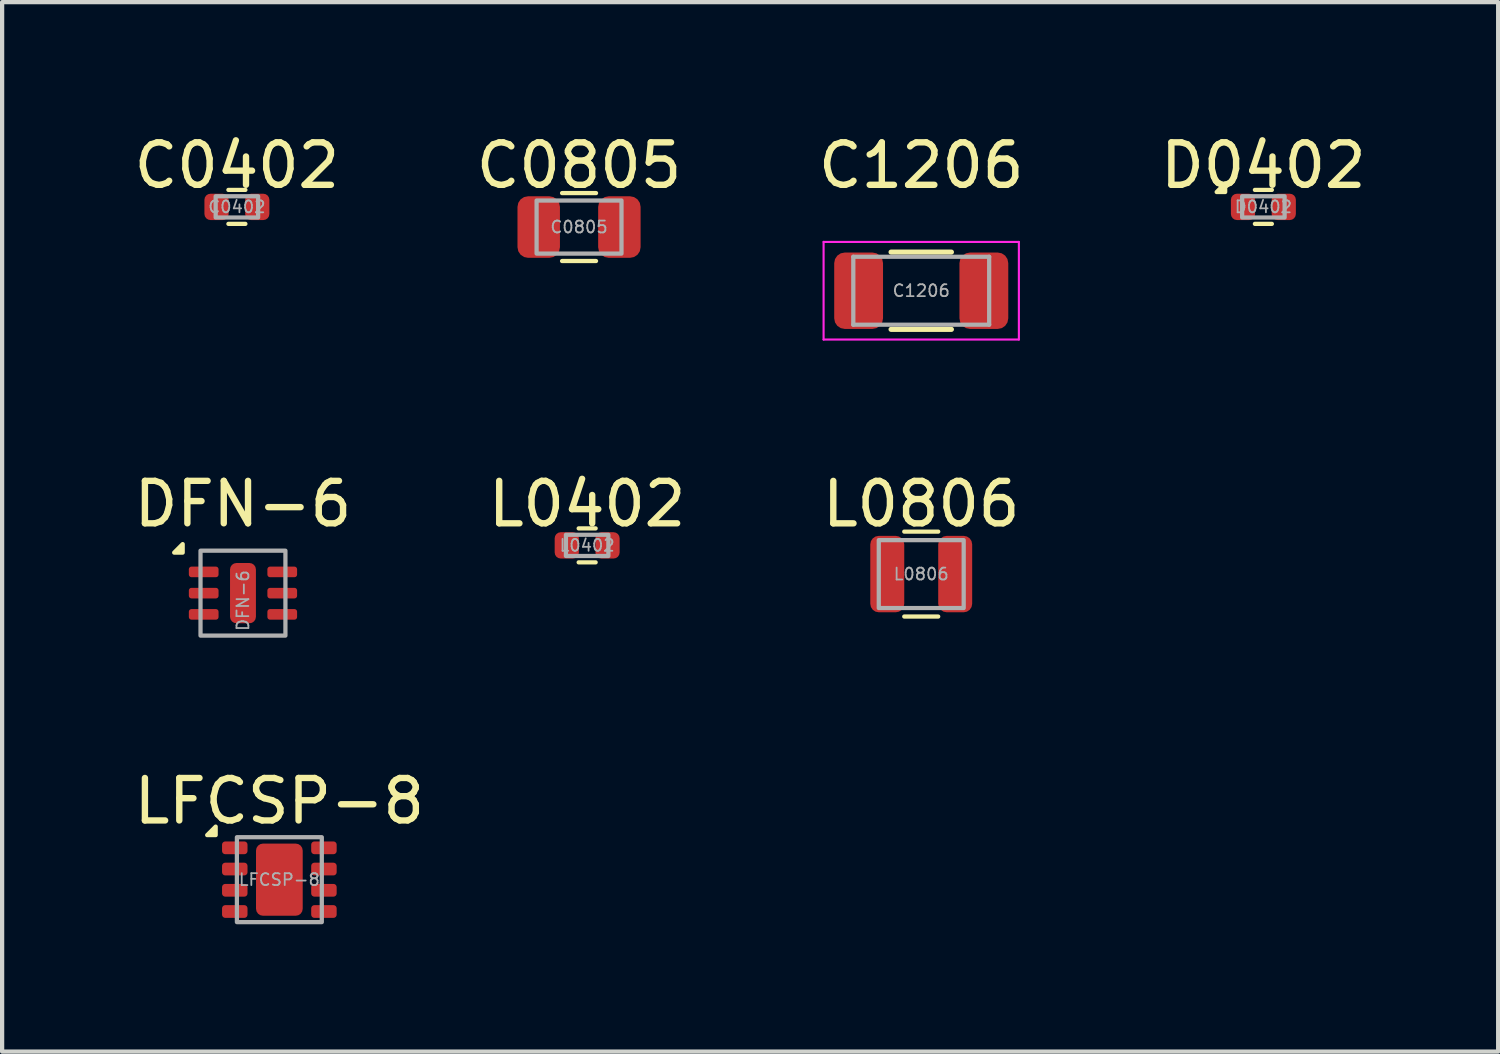
<source format=kicad_pcb>
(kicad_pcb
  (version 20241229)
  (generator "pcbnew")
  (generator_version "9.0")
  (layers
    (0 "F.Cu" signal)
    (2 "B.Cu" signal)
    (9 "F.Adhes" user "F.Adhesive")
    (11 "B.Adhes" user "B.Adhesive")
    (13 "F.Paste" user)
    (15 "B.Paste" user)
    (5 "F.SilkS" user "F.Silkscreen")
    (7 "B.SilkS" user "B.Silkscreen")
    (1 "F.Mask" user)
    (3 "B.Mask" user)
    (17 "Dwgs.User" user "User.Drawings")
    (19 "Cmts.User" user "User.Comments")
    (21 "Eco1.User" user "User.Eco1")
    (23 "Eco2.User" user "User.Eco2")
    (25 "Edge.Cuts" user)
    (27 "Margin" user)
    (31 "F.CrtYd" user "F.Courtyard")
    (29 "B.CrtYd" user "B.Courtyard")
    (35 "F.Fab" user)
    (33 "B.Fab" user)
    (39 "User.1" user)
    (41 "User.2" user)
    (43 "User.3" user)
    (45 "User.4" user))
  (footprint "L0402"
    (layer "F.Cu")
    (at 10.78 9.796)
    (property "Reference" "L0402" (at 0 -0.975 0) (unlocked yes) (layer "F.SilkS") (effects (font (size 1 1) (thickness 0.15))))
    (attr smd)
    (fp_line (start -0.2 -0.4) (end 0.2 -0.4) (stroke (width 0.1) (type default)) (layer "F.SilkS"))
    (fp_line (start -0.2 0.4) (end 0.2 0.4) (stroke (width 0.1) (type default)) (layer "F.SilkS"))
    (fp_rect (start -0.5 -0.25) (end 0.5 0.25) (stroke (width 0.1) (type solid)) (fill no) (layer "F.Fab"))
    (fp_text user "${REFERENCE}" (at 0 0 0) (unlocked yes) (layer "F.Fab") (effects (font (size 0.28 0.28) (thickness 0.042))))
    (pad "1" smd roundrect (at -0.48 0) (size 0.57 0.62) (layers "F.Cu" "F.Mask" "F.Paste") (roundrect_rratio 0.25))
    (pad "2" smd roundrect (at 0.48 0) (size 0.57 0.62) (layers "F.Cu" "F.Mask" "F.Paste") (roundrect_rratio 0.25)))
  (footprint "C0805"
    (layer "F.Cu")
    (at 10.589 2.298)
    (property "Reference" "C0805" (at 0 -1.45 0) (unlocked yes) (layer "F.SilkS") (effects (font (size 1 1) (thickness 0.15))))
    (attr smd)
    (fp_line (start 0.4 -0.8) (end -0.4 -0.8) (stroke (width 0.1) (type default)) (layer "F.SilkS"))
    (fp_line (start 0.4 0.8) (end -0.4 0.8) (stroke (width 0.1) (type default)) (layer "F.SilkS"))
    (fp_rect (start -1 -0.625) (end 1 0.625) (stroke (width 0.1) (type solid)) (fill no) (layer "F.Fab"))
    (fp_text user "${REFERENCE}" (at 0 0 0) (unlocked yes) (layer "F.Fab") (effects (font (size 0.28 0.28) (thickness 0.042))))
    (pad "1" smd roundrect (at -0.95 0) (size 1 1.45) (layers "F.Cu" "F.Mask" "F.Paste") (roundrect_rratio 0.25))
    (pad "2" smd roundrect (at 0.95 0) (size 1 1.45) (layers "F.Cu" "F.Mask" "F.Paste") (roundrect_rratio 0.25)))
  (footprint "C1206"
    (layer "F.Cu")
    (at 18.649 3.798)
    (property "Reference" "C1206" (at 0 -2.95 0) (unlocked yes) (layer "F.SilkS") (effects (font (size 1 1) (thickness 0.15))))
    (attr smd)
    (fp_line (start -0.711 -0.91) (end 0.711 -0.91) (stroke (width 0.12) (type solid)) (layer "F.SilkS"))
    (fp_line (start -0.711 0.91) (end 0.711 0.91) (stroke (width 0.12) (type solid)) (layer "F.SilkS"))
    (fp_line (start -2.3 -1.15) (end 2.3 -1.15) (stroke (width 0.05) (type solid)) (layer "F.CrtYd"))
    (fp_line (start -2.3 1.15) (end -2.3 -1.15) (stroke (width 0.05) (type solid)) (layer "F.CrtYd"))
    (fp_line (start 2.3 -1.15) (end 2.3 1.15) (stroke (width 0.05) (type solid)) (layer "F.CrtYd"))
    (fp_line (start 2.3 1.15) (end -2.3 1.15) (stroke (width 0.05) (type solid)) (layer "F.CrtYd"))
    (fp_line (start -1.6 -0.8) (end 1.6 -0.8) (stroke (width 0.1) (type solid)) (layer "F.Fab"))
    (fp_line (start -1.6 0.8) (end -1.6 -0.8) (stroke (width 0.1) (type solid)) (layer "F.Fab"))
    (fp_line (start 1.6 -0.8) (end 1.6 0.8) (stroke (width 0.1) (type solid)) (layer "F.Fab"))
    (fp_line (start 1.6 0.8) (end -1.6 0.8) (stroke (width 0.1) (type solid)) (layer "F.Fab"))
    (fp_text user "${REFERENCE}" (at 0 0 0) (unlocked yes) (layer "F.Fab") (effects (font (size 0.28 0.28) (thickness 0.042))))
    (pad "1" smd roundrect (at -1.475 0) (size 1.15 1.8) (layers "F.Cu" "F.Mask" "F.Paste") (roundrect_rratio 0.217))
    (pad "2" smd roundrect (at 1.475 0) (size 1.15 1.8) (layers "F.Cu" "F.Mask" "F.Paste") (roundrect_rratio 0.217)))
  (footprint "D0402"
    (layer "F.Cu")
    (at 26.708 1.823)
    (property "Reference" "D0402" (at 0 -0.975 0) (unlocked yes) (layer "F.SilkS") (effects (font (size 1 1) (thickness 0.15))))
    (attr smd)
    (fp_line (start -0.2 -0.4) (end 0.2 -0.4) (stroke (width 0.1) (type default)) (layer "F.SilkS"))
    (fp_line (start -0.2 0.4) (end 0.2 0.4) (stroke (width 0.1) (type default)) (layer "F.SilkS"))
    (fp_poly (pts (xy -0.9 -0.35) (xy -0.9 -0.55) (xy -1.1 -0.35)) (stroke (width 0.1) (type solid)) (fill yes) (layer "F.SilkS"))
    (fp_rect (start -0.5 -0.25) (end 0.5 0.25) (stroke (width 0.1) (type solid)) (fill no) (layer "F.Fab"))
    (fp_text user "${REFERENCE}" (at 0 0 0) (unlocked yes) (layer "F.Fab") (effects (font (size 0.28 0.28) (thickness 0.042))))
    (pad "1" smd roundrect (at -0.48 0) (size 0.57 0.62) (layers "F.Cu" "F.Mask" "F.Paste") (roundrect_rratio 0.25))
    (pad "2" smd roundrect (at 0.48 0) (size 0.57 0.62) (layers "F.Cu" "F.Mask" "F.Paste") (roundrect_rratio 0.25)))
  (footprint "DFN-6"
    (layer "F.Cu")
    (at 2.673 10.921)
    (property "Reference" "DFN-6" (at 0 -2.1 0) (unlocked yes) (layer "F.SilkS") (effects (font (size 1 1) (thickness 0.15))))
    (attr smd)
    (fp_poly (pts (xy -1.42 -0.955) (xy -1.42 -1.155) (xy -1.62 -0.955)) (stroke (width 0.1) (type solid)) (fill yes) (layer "F.SilkS"))
    (fp_rect (start -1 -1) (end 1 1) (stroke (width 0.1) (type solid)) (fill no) (layer "F.Fab"))
    (fp_text user "${REFERENCE}" (at 0 0.175 90) (unlocked yes) (layer "F.Fab") (effects (font (size 0.28 0.28) (thickness 0.042))))
    (pad "1" smd roundrect (at -0.925 -0.5) (size 0.7 0.25) (layers "F.Cu" "F.Mask" "F.Paste") (roundrect_rratio 0.25))
    (pad "2" smd roundrect (at -0.925 0) (size 0.7 0.25) (layers "F.Cu" "F.Mask" "F.Paste") (roundrect_rratio 0.25))
    (pad "3" smd roundrect (at -0.925 0.5) (size 0.7 0.25) (layers "F.Cu" "F.Mask" "F.Paste") (roundrect_rratio 0.25))
    (pad "3" smd roundrect (at 0 0) (size 0.61 1.42) (layers "F.Cu" "F.Mask" "F.Paste") (roundrect_rratio 0.25))
    (pad "4" smd roundrect (at 0.925 0.5) (size 0.7 0.25) (layers "F.Cu" "F.Mask" "F.Paste") (roundrect_rratio 0.25))
    (pad "5" smd roundrect (at 0.925 0) (size 0.7 0.25) (layers "F.Cu" "F.Mask" "F.Paste") (roundrect_rratio 0.25))
    (pad "6" smd roundrect (at 0.925 -0.5) (size 0.7 0.25) (layers "F.Cu" "F.Mask" "F.Paste") (roundrect_rratio 0.25)))
  (footprint "LFCSP-8"
    (layer "F.Cu")
    (at 3.53 17.67)
    (property "Reference" "LFCSP-8" (at 0 -1.85 0) (unlocked yes) (layer "F.SilkS") (effects (font (size 1 1) (thickness 0.15))))
    (attr smd)
    (fp_poly (pts (xy -1.5 -1.05) (xy -1.5 -1.25) (xy -1.7 -1.05)) (stroke (width 0.1) (type solid)) (fill yes) (layer "F.SilkS"))
    (fp_rect (start -1 -1) (end 1 1) (stroke (width 0.1) (type solid)) (fill no) (layer "F.Fab"))
    (fp_text user "${REFERENCE}" (at 0 0 0) (unlocked yes) (layer "F.Fab") (effects (font (size 0.28 0.28) (thickness 0.042))))
    (pad "1" smd roundrect (at -1.05 -0.75) (size 0.6 0.3) (layers "F.Cu" "F.Mask" "F.Paste") (roundrect_rratio 0.25))
    (pad "2" smd roundrect (at -1.05 -0.25) (size 0.6 0.3) (layers "F.Cu" "F.Mask" "F.Paste") (roundrect_rratio 0.25))
    (pad "3" smd roundrect (at -1.05 0.25) (size 0.6 0.3) (layers "F.Cu" "F.Mask" "F.Paste") (roundrect_rratio 0.25))
    (pad "4" smd roundrect (at -1.05 0.75) (size 0.6 0.3) (layers "F.Cu" "F.Mask" "F.Paste") (roundrect_rratio 0.25))
    (pad "5" smd roundrect (at 1.05 0.75) (size 0.6 0.3) (layers "F.Cu" "F.Mask" "F.Paste") (roundrect_rratio 0.25))
    (pad "6" smd roundrect (at 1.05 0.25) (size 0.6 0.3) (layers "F.Cu" "F.Mask" "F.Paste") (roundrect_rratio 0.25))
    (pad "7" smd roundrect (at 1.05 -0.25) (size 0.6 0.3) (layers "F.Cu" "F.Mask" "F.Paste") (roundrect_rratio 0.25))
    (pad "8" smd roundrect (at 1.05 -0.75) (size 0.6 0.3) (layers "F.Cu" "F.Mask" "F.Paste") (roundrect_rratio 0.25))
    (pad "9" smd roundrect (at 0 0) (size 1.1 1.7) (layers "F.Cu" "F.Mask" "F.Paste") (roundrect_rratio 0.15)))
  (footprint "L0806"
    (layer "F.Cu")
    (at 18.649 10.472)
    (property "Reference" "L0806" (at 0 -1.65 0) (unlocked yes) (layer "F.SilkS") (effects (font (size 1 1) (thickness 0.15))))
    (attr smd)
    (fp_line (start 0.4 -1) (end -0.4 -1) (stroke (width 0.1) (type default)) (layer "F.SilkS"))
    (fp_line (start 0.4 1) (end -0.4 1) (stroke (width 0.1) (type default)) (layer "F.SilkS"))
    (fp_rect (start -1 -0.8) (end 1 0.8) (stroke (width 0.1) (type solid)) (fill no) (layer "F.Fab"))
    (fp_text user "${REFERENCE}" (at 0 0 0) (unlocked yes) (layer "F.Fab") (effects (font (size 0.28 0.28) (thickness 0.042))))
    (pad "1" smd roundrect (at -0.8 0) (size 0.8 1.8) (layers "F.Cu" "F.Mask" "F.Paste") (roundrect_rratio 0.25))
    (pad "2" smd roundrect (at 0.8 0) (size 0.8 1.8) (layers "F.Cu" "F.Mask" "F.Paste") (roundrect_rratio 0.25)))
  (footprint "C0402"
    (layer "F.Cu")
    (at 2.53 1.823)
    (property "Reference" "C0402" (at 0 -0.975 0) (unlocked yes) (layer "F.SilkS") (effects (font (size 1 1) (thickness 0.15))))
    (attr smd)
    (fp_line (start -0.2 -0.4) (end 0.2 -0.4) (stroke (width 0.1) (type default)) (layer "F.SilkS"))
    (fp_line (start -0.2 0.4) (end 0.2 0.4) (stroke (width 0.1) (type default)) (layer "F.SilkS"))
    (fp_rect (start -0.5 -0.25) (end 0.5 0.25) (stroke (width 0.1) (type solid)) (fill no) (layer "F.Fab"))
    (fp_text user "${REFERENCE}" (at 0 0 0) (unlocked yes) (layer "F.Fab") (effects (font (size 0.28 0.28) (thickness 0.042))))
    (pad "1" smd roundrect (at -0.48 0) (size 0.57 0.62) (layers "F.Cu" "F.Mask" "F.Paste") (roundrect_rratio 0.25))
    (pad "2" smd roundrect (at 0.48 0) (size 0.57 0.62) (layers "F.Cu" "F.Mask" "F.Paste") (roundrect_rratio 0.25)))
  (gr_rect
    (start -3 -3)
    (end 32.238 21.72)
    (stroke (width 0.1) (type default))
    (fill no)
    (layer "Edge.Cuts")))
</source>
